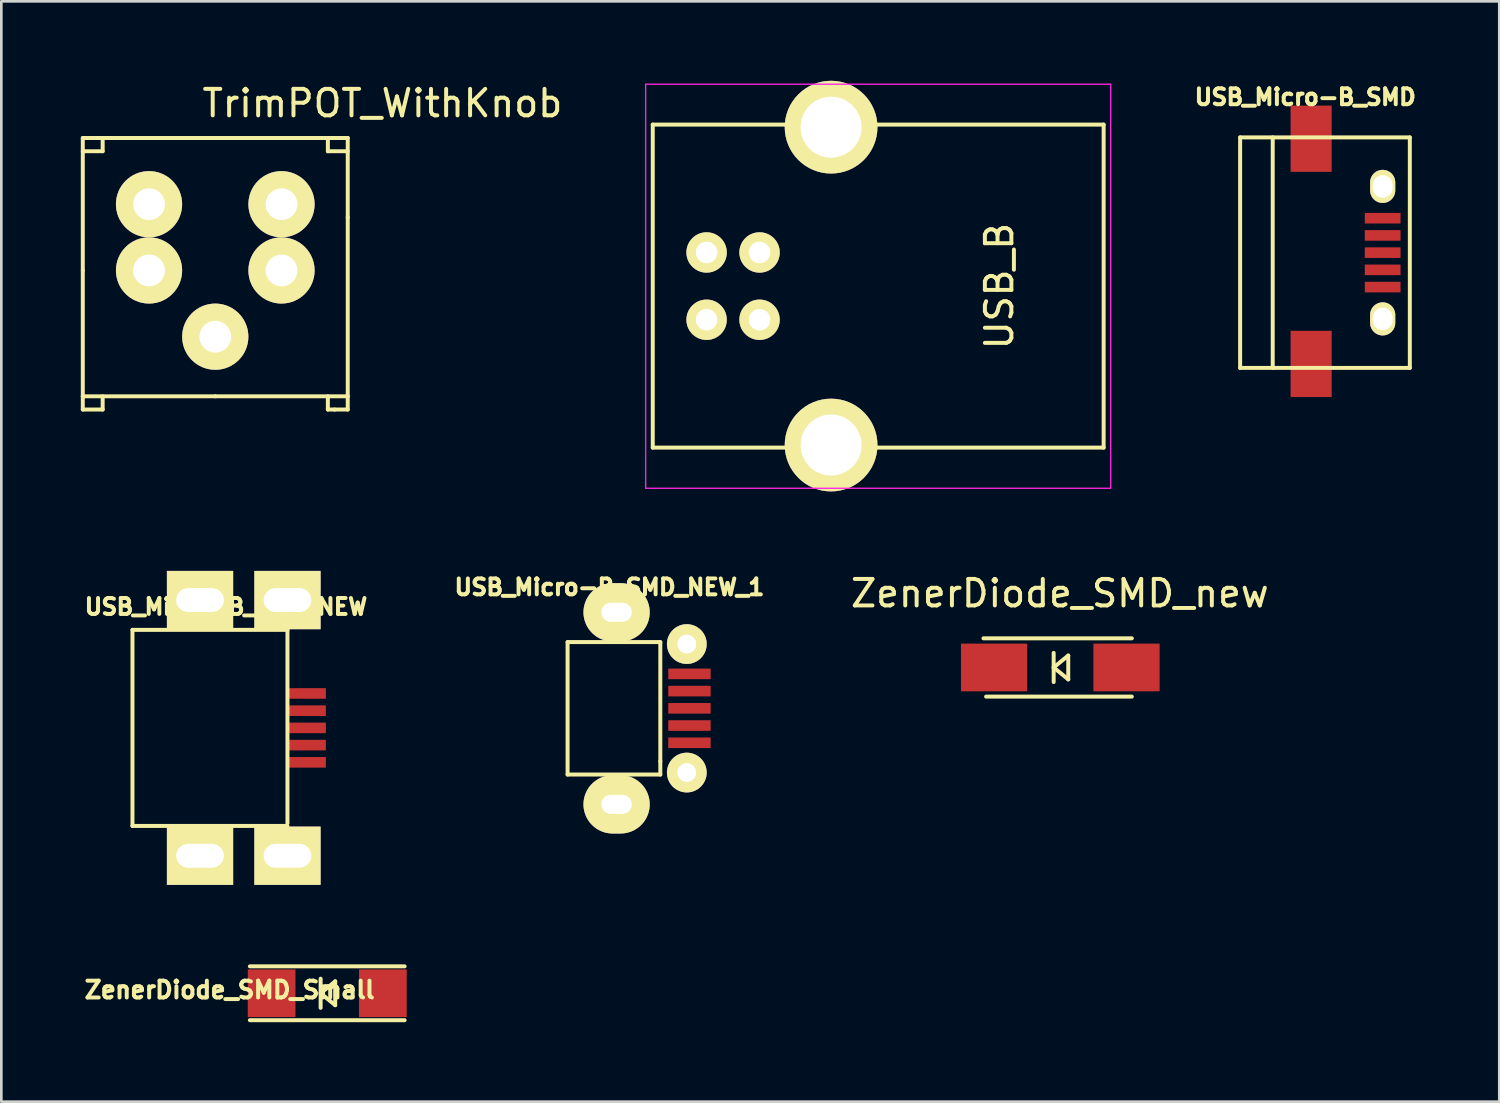
<source format=kicad_pcb>
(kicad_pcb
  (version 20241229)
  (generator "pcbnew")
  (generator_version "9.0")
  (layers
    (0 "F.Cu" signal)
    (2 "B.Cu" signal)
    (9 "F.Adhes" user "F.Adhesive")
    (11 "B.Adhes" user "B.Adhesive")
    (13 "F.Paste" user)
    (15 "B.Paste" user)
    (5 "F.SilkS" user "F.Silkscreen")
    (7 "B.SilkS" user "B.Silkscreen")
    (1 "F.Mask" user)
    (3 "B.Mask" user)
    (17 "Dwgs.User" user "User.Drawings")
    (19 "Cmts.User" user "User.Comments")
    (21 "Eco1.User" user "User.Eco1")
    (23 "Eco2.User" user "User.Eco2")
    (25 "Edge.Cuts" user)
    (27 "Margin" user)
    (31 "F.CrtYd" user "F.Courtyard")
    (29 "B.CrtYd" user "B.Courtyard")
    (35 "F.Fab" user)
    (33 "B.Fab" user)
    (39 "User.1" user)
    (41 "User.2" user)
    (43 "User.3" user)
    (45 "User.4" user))
  (footprint "ZenerDiode_SMD_Small"
    (layer "F.Cu")
    (at 9.302 34.44)
    (property "Reference" "ZenerDiode_SMD_Small" (at -3.683 -0.127 0) (layer "F.SilkS") (effects (font (size 0.635 0.635) (thickness 0.15))))
    (attr smd)
    (fp_line (start -2.921 -1.016) (end 2.921 -1.016) (stroke (width 0.15) (type solid)) (layer "F.SilkS"))
    (fp_line (start -2.921 1.016) (end 2.921 1.016) (stroke (width 0.15) (type solid)) (layer "F.SilkS"))
    (fp_line (start -0.25 -0.55) (end -0.25 0.55) (stroke (width 0.15) (type solid)) (layer "F.SilkS"))
    (fp_line (start -0.25 0) (end 0.3 -0.45) (stroke (width 0.15) (type solid)) (layer "F.SilkS"))
    (fp_line (start 0.3 -0.45) (end 0.3 0.45) (stroke (width 0.15) (type solid)) (layer "F.SilkS"))
    (fp_line (start 0.3 0.45) (end -0.25 0) (stroke (width 0.15) (type solid)) (layer "F.SilkS"))
    (pad "1" smd rect (at 2.1 0) (size 1.8 1.8) (layers "F.Cu" "F.Mask" "F.Paste"))
    (pad "2" smd rect (at -2.1 0) (size 1.8 1.8) (layers "F.Cu" "F.Mask" "F.Paste")))
  (footprint "USB_B"
    (layer "F.Cu")
    (at 23.62 6.479)
    (property "Reference" "USB_B" (at 11.049 1.27 90) (layer "F.SilkS") (effects (font (size 1 1) (thickness 0.15))))
    (attr through_hole)
    (fp_line (start -2.032 -4.826) (end 3.048 -4.826) (stroke (width 0.15) (type solid)) (layer "F.SilkS"))
    (fp_line (start -2.032 7.366) (end -2.032 -4.826) (stroke (width 0.15) (type solid)) (layer "F.SilkS"))
    (fp_line (start -2.032 7.366) (end 3.048 7.366) (stroke (width 0.15) (type solid)) (layer "F.SilkS"))
    (fp_line (start 6.35 -4.826) (end 14.986 -4.826) (stroke (width 0.15) (type solid)) (layer "F.SilkS"))
    (fp_line (start 6.35 7.366) (end 14.986 7.366) (stroke (width 0.15) (type solid)) (layer "F.SilkS"))
    (fp_line (start 14.986 -4.826) (end 14.986 7.366) (stroke (width 0.15) (type solid)) (layer "F.SilkS"))
    (fp_line (start -2.3 -6.35) (end 15.25 -6.35) (stroke (width 0.05) (type solid)) (layer "F.CrtYd"))
    (fp_line (start -2.3 8.9) (end -2.3 -6.35) (stroke (width 0.05) (type solid)) (layer "F.CrtYd"))
    (fp_line (start 15.25 -6.35) (end 15.25 8.9) (stroke (width 0.05) (type solid)) (layer "F.CrtYd"))
    (fp_line (start 15.25 8.9) (end -2.3 8.9) (stroke (width 0.05) (type solid)) (layer "F.CrtYd"))
    (pad "" thru_hole circle (at 4.699 -4.729 270) (size 3.5 3.5) (drill 2.301) (layers "*.Cu" "*.Mask" "F.SilkS"))
    (pad "" thru_hole circle (at 4.699 7.269 270) (size 3.5 3.5) (drill 2.301) (layers "*.Cu" "*.Mask" "F.SilkS"))
    (pad "1" thru_hole circle (at 0 0 270) (size 1.524 1.524) (drill 0.813) (layers "*.Cu" "*.Mask" "F.SilkS"))
    (pad "2" thru_hole circle (at 0 2.54 270) (size 1.524 1.524) (drill 0.813) (layers "*.Cu" "*.Mask" "F.SilkS"))
    (pad "3" thru_hole circle (at 1.999 2.54 270) (size 1.524 1.524) (drill 0.813) (layers "*.Cu" "*.Mask" "F.SilkS"))
    (pad "4" thru_hole circle (at 1.999 0 270) (size 1.524 1.524) (drill 0.813) (layers "*.Cu" "*.Mask" "F.SilkS")))
  (footprint "USB_Micro-B_SMD_NEW_1"
    (layer "F.Cu")
    (at 22.873 23.685)
    (property "Reference" "USB_Micro-B_SMD_NEW_1" (at -2.921 -4.572 0) (layer "F.SilkS") (effects (font (size 0.6 0.6) (thickness 0.15))))
    (attr through_hole)
    (fp_line (start -4.5 -2.5) (end -1 -2.5) (stroke (width 0.15) (type solid)) (layer "F.SilkS"))
    (fp_line (start -4.5 2.5) (end -4.5 -2.5) (stroke (width 0.15) (type solid)) (layer "F.SilkS"))
    (fp_line (start -1 -2.5) (end -1 2) (stroke (width 0.15) (type solid)) (layer "F.SilkS"))
    (fp_line (start -1 2) (end -1 2.5) (stroke (width 0.15) (type solid)) (layer "F.SilkS"))
    (fp_line (start -1 2.5) (end -4.5 2.5) (stroke (width 0.15) (type solid)) (layer "F.SilkS"))
    (pad "" thru_hole oval (at -2.65 -3.625) (size 2.5 2.2) (drill oval 1.15 0.72) (layers "*.Cu" "*.Mask" "F.SilkS"))
    (pad "" thru_hole oval (at -2.65 3.625) (size 2.5 2.2) (drill oval 1.15 0.72) (layers "*.Cu" "*.Mask" "F.SilkS"))
    (pad "" thru_hole circle (at 0 -2.425) (size 1.5 1.5) (drill 0.71) (layers "*.Cu" "*.Mask" "F.SilkS"))
    (pad "" thru_hole circle (at 0 2.425) (size 1.5 1.5) (drill 0.71) (layers "*.Cu" "*.Mask" "F.SilkS"))
    (pad "1" smd rect (at 0.1 -1.3) (size 1.6 0.4) (layers "F.Cu" "F.Mask" "F.Paste"))
    (pad "2" smd rect (at 0.1 -0.65) (size 1.6 0.4) (layers "F.Cu" "F.Mask" "F.Paste"))
    (pad "3" smd rect (at 0.1 0) (size 1.6 0.4) (layers "F.Cu" "F.Mask" "F.Paste"))
    (pad "4" smd rect (at 0.1 0.65) (size 1.6 0.4) (layers "F.Cu" "F.Mask" "F.Paste"))
    (pad "5" smd rect (at 0.1 1.3) (size 1.6 0.4) (layers "F.Cu" "F.Mask" "F.Paste")))
  (footprint "USB_Micro-B_SMD"
    (layer "F.Cu")
    (at 49.138 5.186)
    (property "Reference" "USB_Micro-B_SMD" (at -2.921 -4.572 0) (layer "F.SilkS") (effects (font (size 0.6 0.6) (thickness 0.15))))
    (attr through_hole)
    (fp_line (start -5.38 -3.05) (end -5.38 5.65) (stroke (width 0.15) (type solid)) (layer "F.SilkS"))
    (fp_line (start -5.38 -3.05) (end 1.025 -3.05) (stroke (width 0.15) (type solid)) (layer "F.SilkS"))
    (fp_line (start -4.15 5.65) (end -4.15 -3.05) (stroke (width 0.15) (type solid)) (layer "F.SilkS"))
    (fp_line (start 1.025 -3.05) (end 1.025 5.65) (stroke (width 0.15) (type solid)) (layer "F.SilkS"))
    (fp_line (start 1.025 5.65) (end -5.38 5.65) (stroke (width 0.15) (type solid)) (layer "F.SilkS"))
    (pad "1" smd rect (at 0 0) (size 1.35 0.4) (layers "F.Cu" "F.Mask" "F.Paste"))
    (pad "2" smd rect (at 0 0.65) (size 1.35 0.4) (layers "F.Cu" "F.Mask" "F.Paste"))
    (pad "3" smd rect (at 0 1.3) (size 1.35 0.4) (layers "F.Cu" "F.Mask" "F.Paste"))
    (pad "4" smd rect (at 0 1.95) (size 1.35 0.4) (layers "F.Cu" "F.Mask" "F.Paste"))
    (pad "5" smd rect (at 0 2.6) (size 1.35 0.4) (layers "F.Cu" "F.Mask" "F.Paste"))
    (pad "6" thru_hole oval (at 0 -1.2) (size 0.95 1.25) (drill oval 0.75 0.85) (layers "*.Cu" "*.Mask" "F.SilkS"))
    (pad "7" thru_hole oval (at 0 3.8) (size 0.95 1.25) (drill oval 0.75 0.85) (layers "*.Cu" "*.Mask" "F.SilkS"))
    (pad "8" smd rect (at -2.7 -3) (size 1.55 2.5) (layers "F.Cu" "F.Mask" "F.Paste"))
    (pad "9" smd rect (at -2.7 5.5) (size 1.55 2.5) (layers "F.Cu" "F.Mask" "F.Paste")))
  (footprint "ZenerDiode_SMD_new"
    (layer "F.Cu")
    (at 36.97 22.143)
    (property "Reference" "ZenerDiode_SMD_new" (at -0.018 -2.796 0) (layer "F.SilkS") (effects (font (size 1 1) (thickness 0.15))))
    (attr smd)
    (fp_line (start -2.9 -1.1) (end 2.7 -1.1) (stroke (width 0.15) (type solid)) (layer "F.SilkS"))
    (fp_line (start -2.8 1.1) (end 2.7 1.1) (stroke (width 0.15) (type solid)) (layer "F.SilkS"))
    (fp_line (start -0.25 -0.55) (end -0.25 0.55) (stroke (width 0.15) (type solid)) (layer "F.SilkS"))
    (fp_line (start -0.25 0) (end 0.3 -0.45) (stroke (width 0.15) (type solid)) (layer "F.SilkS"))
    (fp_line (start 0.3 -0.45) (end 0.3 0.45) (stroke (width 0.15) (type solid)) (layer "F.SilkS"))
    (fp_line (start 0.3 0.45) (end -0.25 0) (stroke (width 0.15) (type solid)) (layer "F.SilkS"))
    (pad "1" smd rect (at 2.499 0) (size 2.5 1.801) (layers "F.Cu" "F.Mask" "F.Paste"))
    (pad "2" smd rect (at -2.499 0) (size 2.5 1.801) (layers "F.Cu" "F.Mask" "F.Paste")))
  (footprint "USB_Micro-B_SMD_NEW"
    (layer "F.Cu")
    (at 8.4 24.424)
    (property "Reference" "USB_Micro-B_SMD_NEW" (at -2.921 -4.572 0) (layer "F.SilkS") (effects (font (size 0.6 0.6) (thickness 0.15))))
    (attr through_hole)
    (fp_line (start -6.45 3.7) (end -6.45 -3.7) (stroke (width 0.15) (type solid)) (layer "F.SilkS"))
    (fp_line (start -0.6 -3.7) (end -6.45 -3.7) (stroke (width 0.15) (type solid)) (layer "F.SilkS"))
    (fp_line (start -0.6 3.6) (end -0.6 -3.7) (stroke (width 0.15) (type solid)) (layer "F.SilkS"))
    (fp_line (start -0.6 3.7) (end -6.45 3.7) (stroke (width 0.15) (type solid)) (layer "F.SilkS"))
    (pad "" thru_hole rect (at -3.9 -4.825) (size 2.5 2.2) (drill oval 1.8 0.9) (layers "*.Cu" "*.Mask" "F.SilkS"))
    (pad "" thru_hole rect (at -3.9 4.825) (size 2.5 2.2) (drill oval 1.8 0.9) (layers "*.Cu" "*.Mask" "F.SilkS"))
    (pad "" thru_hole rect (at -0.6 -4.825) (size 2.5 2.2) (drill oval 1.8 0.9) (layers "*.Cu" "*.Mask" "F.SilkS"))
    (pad "" thru_hole rect (at -0.6 4.825) (size 2.5 2.2) (drill oval 1.8 0.9) (layers "*.Cu" "*.Mask" "F.SilkS"))
    (pad "1" smd rect (at 0.1 -1.3) (size 1.5 0.4) (layers "F.Cu" "F.Mask" "F.Paste"))
    (pad "2" smd rect (at 0.1 -0.65) (size 1.5 0.4) (layers "F.Cu" "F.Mask" "F.Paste"))
    (pad "3" smd rect (at 0.1 0) (size 1.5 0.4) (layers "F.Cu" "F.Mask" "F.Paste"))
    (pad "4" smd rect (at 0.1 0.65) (size 1.5 0.4) (layers "F.Cu" "F.Mask" "F.Paste"))
    (pad "5" smd rect (at 0.1 1.3) (size 1.5 0.4) (layers "F.Cu" "F.Mask" "F.Paste")))
  (footprint "TrimPOT_WithKnob"
    (layer "F.Cu")
    (at 5.075 7.158)
    (property "Reference" "TrimPOT_WithKnob" (at 6.309 -6.309 0) (layer "F.SilkS") (effects (font (size 1 1) (thickness 0.15))))
    (attr through_hole)
    (fp_line (start -5 -5) (end 5 -5) (stroke (width 0.15) (type solid)) (layer "F.SilkS"))
    (fp_line (start -5 0) (end -5 -5) (stroke (width 0.15) (type solid)) (layer "F.SilkS"))
    (fp_line (start -5 4.75) (end -5 0) (stroke (width 0.15) (type solid)) (layer "F.SilkS"))
    (fp_line (start -5 4.75) (end -5 5.25) (stroke (width 0.15) (type solid)) (layer "F.SilkS"))
    (fp_line (start -5 5.25) (end -4.25 5.25) (stroke (width 0.15) (type solid)) (layer "F.SilkS"))
    (fp_line (start -4.25 -5) (end -4.25 -4.5) (stroke (width 0.15) (type solid)) (layer "F.SilkS"))
    (fp_line (start -4.25 -4.5) (end -5 -4.5) (stroke (width 0.15) (type solid)) (layer "F.SilkS"))
    (fp_line (start -4.25 5.25) (end -4.25 4.75) (stroke (width 0.15) (type solid)) (layer "F.SilkS"))
    (fp_line (start 0 4.75) (end -5 4.75) (stroke (width 0.15) (type solid)) (layer "F.SilkS"))
    (fp_line (start 0 4.75) (end 5 4.75) (stroke (width 0.15) (type solid)) (layer "F.SilkS"))
    (fp_line (start 4.25 -4.5) (end 4.25 -5) (stroke (width 0.15) (type solid)) (layer "F.SilkS"))
    (fp_line (start 4.25 5.25) (end 4.25 4.75) (stroke (width 0.15) (type solid)) (layer "F.SilkS"))
    (fp_line (start 4.5 5.25) (end 4.25 5.25) (stroke (width 0.15) (type solid)) (layer "F.SilkS"))
    (fp_line (start 5 -5) (end 5 -2) (stroke (width 0.15) (type solid)) (layer "F.SilkS"))
    (fp_line (start 5 -4.5) (end 4.25 -4.5) (stroke (width 0.15) (type solid)) (layer "F.SilkS"))
    (fp_line (start 5 -2) (end 5 4.75) (stroke (width 0.15) (type solid)) (layer "F.SilkS"))
    (fp_line (start 5 4.75) (end 5 5.25) (stroke (width 0.15) (type solid)) (layer "F.SilkS"))
    (fp_line (start 5 5.25) (end 4.5 5.25) (stroke (width 0.15) (type solid)) (layer "F.SilkS"))
    (pad "1" thru_hole circle (at 2.5 -2.5) (size 2.499 2.499) (drill 1.199) (layers "*.Cu" "*.Mask" "F.SilkS"))
    (pad "1" thru_hole circle (at 2.5 0) (size 2.499 2.499) (drill 1.199) (layers "*.Cu" "*.Mask" "F.SilkS"))
    (pad "2" thru_hole circle (at 0 2.5) (size 2.499 2.499) (drill 1.199) (layers "*.Cu" "*.Mask" "F.SilkS"))
    (pad "3" thru_hole circle (at -2.5 -2.5) (size 2.499 2.499) (drill 1.199) (layers "*.Cu" "*.Mask" "F.SilkS"))
    (pad "3" thru_hole circle (at -2.5 0) (size 2.499 2.499) (drill 1.199) (layers "*.Cu" "*.Mask" "F.SilkS")))
  (gr_rect
    (start -3 -3)
    (end 53.539 38.531)
    (stroke (width 0.1) (type default))
    (fill no)
    (layer "Edge.Cuts")))
</source>
